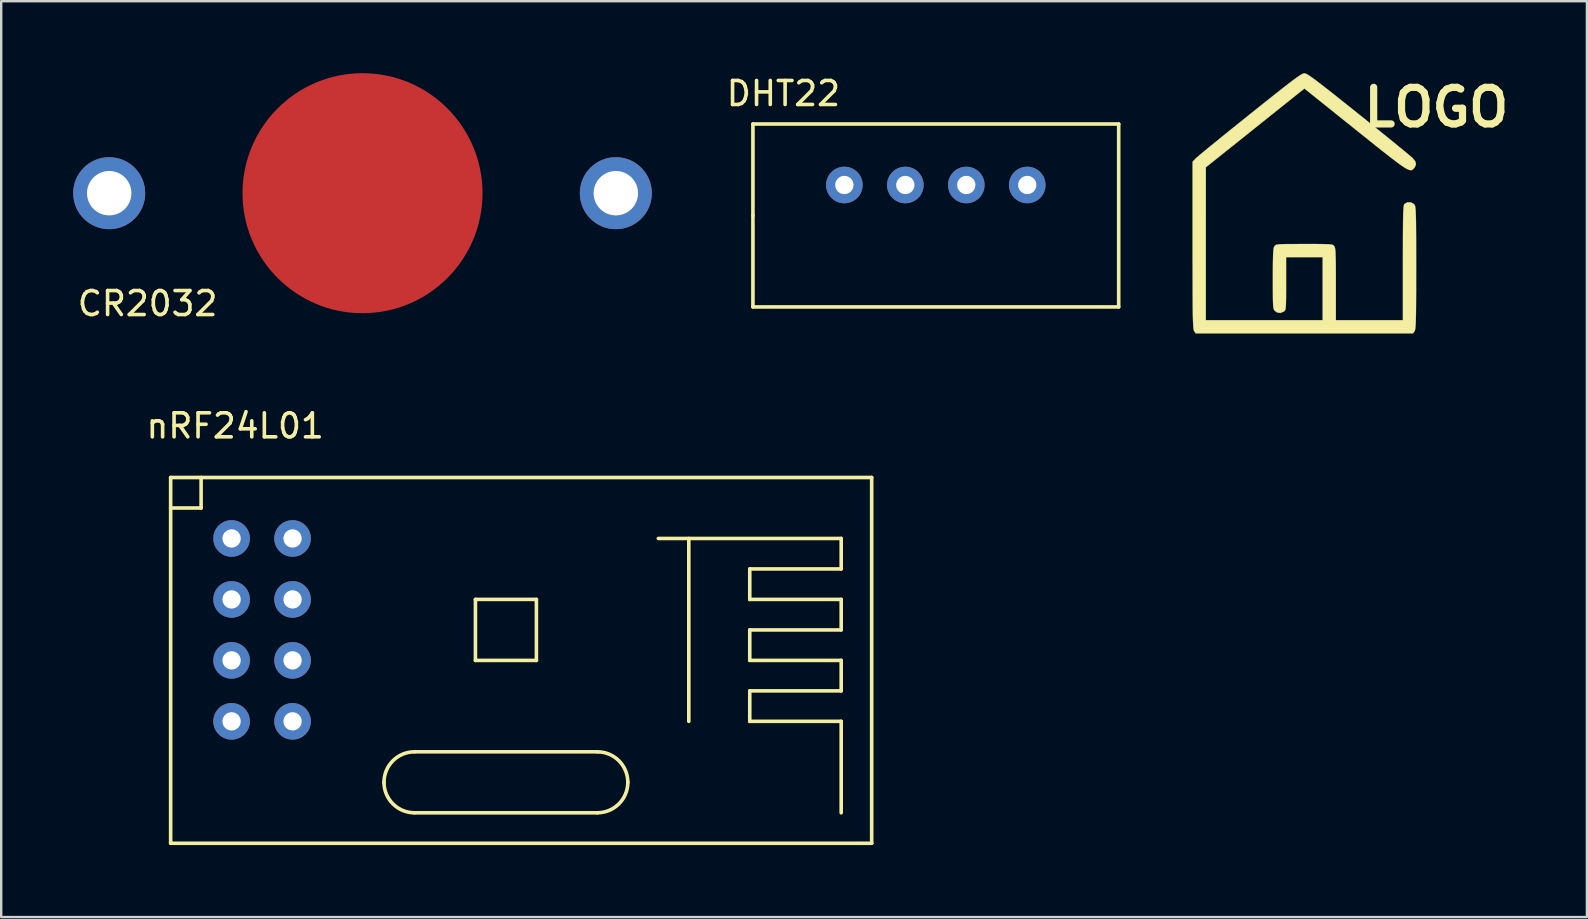
<source format=kicad_pcb>
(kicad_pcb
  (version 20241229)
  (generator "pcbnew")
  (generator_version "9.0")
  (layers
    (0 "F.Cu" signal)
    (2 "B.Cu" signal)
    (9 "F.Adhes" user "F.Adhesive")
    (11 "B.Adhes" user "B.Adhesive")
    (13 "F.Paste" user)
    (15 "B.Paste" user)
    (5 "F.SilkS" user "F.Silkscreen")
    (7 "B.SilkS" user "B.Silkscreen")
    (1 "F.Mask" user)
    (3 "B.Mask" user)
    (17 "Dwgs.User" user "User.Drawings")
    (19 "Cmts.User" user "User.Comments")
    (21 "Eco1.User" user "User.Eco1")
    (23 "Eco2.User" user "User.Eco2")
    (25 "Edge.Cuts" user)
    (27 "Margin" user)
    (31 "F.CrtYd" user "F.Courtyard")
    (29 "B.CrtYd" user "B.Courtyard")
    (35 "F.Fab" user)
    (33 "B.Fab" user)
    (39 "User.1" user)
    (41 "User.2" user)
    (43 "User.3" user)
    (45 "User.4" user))
  (footprint "nRF24L01"
    (layer "F.Cu")
    (at 0.25 23.196)
    (property "Reference" "nRF24L01" (at 6.5 -8.5 0) (layer "F.SilkS") (effects (font (size 1 1) (thickness 0.15))))
    (attr through_hole)
    (fp_line (start 3.81 -6.35) (end 33.02 -6.35) (stroke (width 0.15) (type solid)) (layer "F.SilkS"))
    (fp_line (start 3.81 8.89) (end 3.81 -6.35) (stroke (width 0.15) (type solid)) (layer "F.SilkS"))
    (fp_line (start 5.08 -5.08) (end 3.81 -5.08) (stroke (width 0.15) (type solid)) (layer "F.SilkS"))
    (fp_line (start 5.08 -5.08) (end 5.08 -6.35) (stroke (width 0.15) (type solid)) (layer "F.SilkS"))
    (fp_line (start 13.97 5.08) (end 21.59 5.08) (stroke (width 0.15) (type solid)) (layer "F.SilkS"))
    (fp_line (start 16.51 -1.27) (end 16.51 1.27) (stroke (width 0.15) (type solid)) (layer "F.SilkS"))
    (fp_line (start 16.51 1.27) (end 19.05 1.27) (stroke (width 0.15) (type solid)) (layer "F.SilkS"))
    (fp_line (start 19.05 -1.27) (end 16.51 -1.27) (stroke (width 0.15) (type solid)) (layer "F.SilkS"))
    (fp_line (start 19.05 1.27) (end 19.05 -1.27) (stroke (width 0.15) (type solid)) (layer "F.SilkS"))
    (fp_line (start 21.59 7.62) (end 13.97 7.62) (stroke (width 0.15) (type solid)) (layer "F.SilkS"))
    (fp_line (start 25.4 -3.81) (end 25.4 3.81) (stroke (width 0.15) (type solid)) (layer "F.SilkS"))
    (fp_line (start 27.94 -2.54) (end 31.75 -2.54) (stroke (width 0.15) (type solid)) (layer "F.SilkS"))
    (fp_line (start 27.94 -1.27) (end 27.94 -2.54) (stroke (width 0.15) (type solid)) (layer "F.SilkS"))
    (fp_line (start 27.94 0) (end 31.75 0) (stroke (width 0.15) (type solid)) (layer "F.SilkS"))
    (fp_line (start 27.94 1.27) (end 27.94 0) (stroke (width 0.15) (type solid)) (layer "F.SilkS"))
    (fp_line (start 27.94 2.54) (end 31.75 2.54) (stroke (width 0.15) (type solid)) (layer "F.SilkS"))
    (fp_line (start 27.94 3.81) (end 27.94 2.54) (stroke (width 0.15) (type solid)) (layer "F.SilkS"))
    (fp_line (start 31.75 -3.81) (end 24.13 -3.81) (stroke (width 0.15) (type solid)) (layer "F.SilkS"))
    (fp_line (start 31.75 -2.54) (end 31.75 -3.81) (stroke (width 0.15) (type solid)) (layer "F.SilkS"))
    (fp_line (start 31.75 -1.27) (end 27.94 -1.27) (stroke (width 0.15) (type solid)) (layer "F.SilkS"))
    (fp_line (start 31.75 0) (end 31.75 -1.27) (stroke (width 0.15) (type solid)) (layer "F.SilkS"))
    (fp_line (start 31.75 1.27) (end 27.94 1.27) (stroke (width 0.15) (type solid)) (layer "F.SilkS"))
    (fp_line (start 31.75 2.54) (end 31.75 1.27) (stroke (width 0.15) (type solid)) (layer "F.SilkS"))
    (fp_line (start 31.75 3.81) (end 27.94 3.81) (stroke (width 0.15) (type solid)) (layer "F.SilkS"))
    (fp_line (start 31.75 7.62) (end 31.75 3.81) (stroke (width 0.15) (type solid)) (layer "F.SilkS"))
    (fp_line (start 33.02 -6.35) (end 33.02 8.89) (stroke (width 0.15) (type solid)) (layer "F.SilkS"))
    (fp_line (start 33.02 8.89) (end 3.81 8.89) (stroke (width 0.15) (type solid)) (layer "F.SilkS"))
    (fp_arc (start 12.7 6.35) (mid 13.071974 5.451974) (end 13.97 5.08) (stroke (width 0.15) (type solid)) (layer "F.SilkS"))
    (fp_arc (start 13.97 7.62) (mid 13.071974 7.248026) (end 12.7 6.35) (stroke (width 0.15) (type solid)) (layer "F.SilkS"))
    (fp_arc (start 21.59 5.08) (mid 22.488026 5.451974) (end 22.86 6.35) (stroke (width 0.15) (type solid)) (layer "F.SilkS"))
    (fp_arc (start 22.86 6.35) (mid 22.488026 7.248026) (end 21.59 7.62) (stroke (width 0.15) (type solid)) (layer "F.SilkS"))
    (pad "1" thru_hole circle (at 6.35 -3.81 270) (size 1.524 1.524) (drill 0.762) (layers "*.Cu" "*.Mask"))
    (pad "2" thru_hole circle (at 8.89 -3.81 270) (size 1.524 1.524) (drill 0.762) (layers "*.Cu" "*.Mask"))
    (pad "3" thru_hole circle (at 6.35 -1.27 270) (size 1.524 1.524) (drill 0.762) (layers "*.Cu" "*.Mask"))
    (pad "4" thru_hole circle (at 8.89 -1.27 270) (size 1.524 1.524) (drill 0.762) (layers "*.Cu" "*.Mask"))
    (pad "5" thru_hole circle (at 6.35 1.27 270) (size 1.524 1.524) (drill 0.762) (layers "*.Cu" "*.Mask"))
    (pad "6" thru_hole circle (at 8.89 1.27 270) (size 1.524 1.524) (drill 0.762) (layers "*.Cu" "*.Mask"))
    (pad "7" thru_hole circle (at 6.35 3.81 270) (size 1.524 1.524) (drill 0.762) (layers "*.Cu" "*.Mask"))
    (pad "8" thru_hole circle (at 8.89 3.81 270) (size 1.524 1.524) (drill 0.762) (layers "*.Cu" "*.Mask")))
  (footprint "LOGO"
    (layer "F.Cu")
    (at 51.299 5.424)
    (property "Reference" "LOGO" (at 5.5 -4 0) (layer "F.SilkS") (effects (font (size 1.524 1.524) (thickness 0.3))))
    (attr through_hole)
    (fp_poly (pts (xy 0.036 -5.413) (xy 0.085 -5.393) (xy 0.153 -5.355) (xy 0.245 -5.295) (xy 0.364 -5.211) (xy 0.517 -5.097) (xy 0.708 -4.951) (xy 0.942 -4.769) (xy 1.224 -4.547) (xy 1.558 -4.281) (xy 1.95 -3.969) (xy 2.26 -3.721) (xy 2.633 -3.422) (xy 2.989 -3.135) (xy 3.323 -2.866) (xy 3.628 -2.619) (xy 3.898 -2.399) (xy 4.127 -2.211) (xy 4.31 -2.059) (xy 4.44 -1.95) (xy 4.512 -1.887) (xy 4.519 -1.88) (xy 4.623 -1.747) (xy 4.651 -1.632) (xy 4.607 -1.518) (xy 4.579 -1.48) (xy 4.543 -1.437) (xy 4.507 -1.405) (xy 4.467 -1.386) (xy 4.416 -1.383) (xy 4.35 -1.4) (xy 4.265 -1.439) (xy 4.154 -1.505) (xy 4.014 -1.599) (xy 3.84 -1.727) (xy 3.625 -1.89) (xy 3.366 -2.092) (xy 3.058 -2.336) (xy 2.695 -2.626) (xy 2.272 -2.964) (xy 2.118 -3.088) (xy 0.001 -4.785) (xy -2.052 -3.144) (xy -4.105 -1.503) (xy -4.106 1.683) (xy -4.106 4.868) (xy 0.762 4.868) (xy 0.762 2.244) (xy -0.762 2.244) (xy -0.762 3.342) (xy -0.762 3.675) (xy -0.763 3.933) (xy -0.766 4.128) (xy -0.771 4.268) (xy -0.78 4.364) (xy -0.793 4.426) (xy -0.811 4.465) (xy -0.835 4.49) (xy -0.856 4.506) (xy -1.001 4.567) (xy -1.138 4.543) (xy -1.22 4.486) (xy -1.246 4.459) (xy -1.267 4.427) (xy -1.283 4.381) (xy -1.295 4.31) (xy -1.303 4.205) (xy -1.308 4.058) (xy -1.311 3.857) (xy -1.312 3.593) (xy -1.312 3.257) (xy -1.312 3.14) (xy -1.312 2.772) (xy -1.31 2.479) (xy -1.306 2.251) (xy -1.3 2.081) (xy -1.291 1.958) (xy -1.279 1.874) (xy -1.263 1.819) (xy -1.246 1.787) (xy -1.225 1.76) (xy -1.198 1.738) (xy -1.156 1.722) (xy -1.088 1.71) (xy -0.986 1.702) (xy -0.839 1.697) (xy -0.637 1.695) (xy -0.37 1.694) (xy -0.03 1.693) (xy 0 1.693) (xy 0.347 1.693) (xy 0.618 1.694) (xy 0.825 1.697) (xy 0.976 1.702) (xy 1.082 1.709) (xy 1.152 1.721) (xy 1.196 1.737) (xy 1.223 1.758) (xy 1.245 1.785) (xy 1.246 1.787) (xy 1.264 1.823) (xy 1.279 1.877) (xy 1.29 1.961) (xy 1.298 2.081) (xy 1.304 2.246) (xy 1.309 2.465) (xy 1.311 2.746) (xy 1.312 3.098) (xy 1.312 3.375) (xy 1.312 4.868) (xy 4.106 4.868) (xy 4.106 2.48) (xy 4.107 1.964) (xy 4.107 1.527) (xy 4.109 1.161) (xy 4.111 0.861) (xy 4.114 0.619) (xy 4.119 0.429) (xy 4.125 0.284) (xy 4.133 0.179) (xy 4.142 0.106) (xy 4.153 0.059) (xy 4.167 0.031) (xy 4.173 0.024) (xy 4.295 -0.045) (xy 4.434 -0.044) (xy 4.56 0.025) (xy 4.583 0.049) (xy 4.598 0.072) (xy 4.611 0.105) (xy 4.622 0.156) (xy 4.631 0.23) (xy 4.639 0.335) (xy 4.644 0.475) (xy 4.649 0.659) (xy 4.652 0.893) (xy 4.654 1.183) (xy 4.656 1.535) (xy 4.656 1.956) (xy 4.657 2.453) (xy 4.657 2.683) (xy 4.656 3.218) (xy 4.656 3.675) (xy 4.654 4.059) (xy 4.652 4.378) (xy 4.649 4.638) (xy 4.645 4.845) (xy 4.639 5.005) (xy 4.632 5.125) (xy 4.623 5.211) (xy 4.612 5.27) (xy 4.6 5.308) (xy 4.591 5.325) (xy 4.525 5.419) (xy -4.525 5.419) (xy -4.591 5.325) (xy -4.603 5.3) (xy -4.613 5.26) (xy -4.622 5.199) (xy -4.63 5.112) (xy -4.636 4.992) (xy -4.642 4.835) (xy -4.646 4.636) (xy -4.65 4.388) (xy -4.652 4.086) (xy -4.654 3.726) (xy -4.655 3.302) (xy -4.656 2.807) (xy -4.657 2.238) (xy -4.657 1.747) (xy -4.657 -1.737) (xy -4.519 -1.88) (xy -4.462 -1.931) (xy -4.346 -2.03) (xy -4.174 -2.172) (xy -3.955 -2.352) (xy -3.694 -2.565) (xy -3.397 -2.806) (xy -3.069 -3.071) (xy -2.718 -3.353) (xy -2.348 -3.65) (xy -2.26 -3.721) (xy -1.825 -4.068) (xy -1.451 -4.366) (xy -1.133 -4.618) (xy -0.867 -4.828) (xy -0.646 -4.999) (xy -0.467 -5.134) (xy -0.325 -5.239) (xy -0.214 -5.316) (xy -0.13 -5.368) (xy -0.068 -5.4) (xy -0.024 -5.416) (xy 0 -5.419) (xy 0.036 -5.413)) (stroke (width 0.01) (type solid)) (fill yes) (layer "F.SilkS")))
  (footprint "DHT22"
    (layer "F.Cu")
    (at 32.132 4.658)
    (property "Reference" "DHT22" (at -2.54 -3.81 0) (layer "F.SilkS") (effects (font (size 1 1) (thickness 0.15))))
    (attr through_hole)
    (fp_line (start -3.81 -2.54) (end 11.43 -2.54) (stroke (width 0.15) (type solid)) (layer "F.SilkS"))
    (fp_line (start -3.81 1.27) (end -3.81 -2.54) (stroke (width 0.15) (type solid)) (layer "F.SilkS"))
    (fp_line (start -3.81 5.08) (end -3.81 1.27) (stroke (width 0.15) (type solid)) (layer "F.SilkS"))
    (fp_line (start 11.43 -2.54) (end 11.43 5.08) (stroke (width 0.15) (type solid)) (layer "F.SilkS"))
    (fp_line (start 11.43 5.08) (end -3.81 5.08) (stroke (width 0.15) (type solid)) (layer "F.SilkS"))
    (pad "1" thru_hole circle (at 0 0) (size 1.524 1.524) (drill 0.762) (layers "*.Cu" "*.Mask"))
    (pad "2" thru_hole circle (at 2.54 0) (size 1.524 1.524) (drill 0.762) (layers "*.Cu" "*.Mask"))
    (pad "3" thru_hole circle (at 5.08 0) (size 1.524 1.524) (drill 0.762) (layers "*.Cu" "*.Mask"))
    (pad "4" thru_hole circle (at 7.62 0) (size 1.524 1.524) (drill 0.762) (layers "*.Cu" "*.Mask")))
  (footprint "CR2032"
    (layer "F.Cu")
    (at 1.5 5)
    (property "Reference" "CR2032" (at 1.6 4.6 0) (layer "F.SilkS") (effects (font (size 1 1) (thickness 0.15))))
    (attr through_hole)
    (pad "1" thru_hole circle (at 0 0) (size 3 3) (drill 1.85) (layers "*.Cu" "*.Mask"))
    (pad "1" thru_hole circle (at 21.11 0) (size 3 3) (drill 1.85) (layers "*.Cu" "*.Mask"))
    (pad "2" connect circle (at 10.555 0) (size 10 10) (layers "F.Cu" "F.Mask")))
  (gr_rect
    (start -3 -3)
    (end 63.072 35.161)
    (stroke (width 0.1) (type default))
    (fill no)
    (layer "Edge.Cuts")))
</source>
